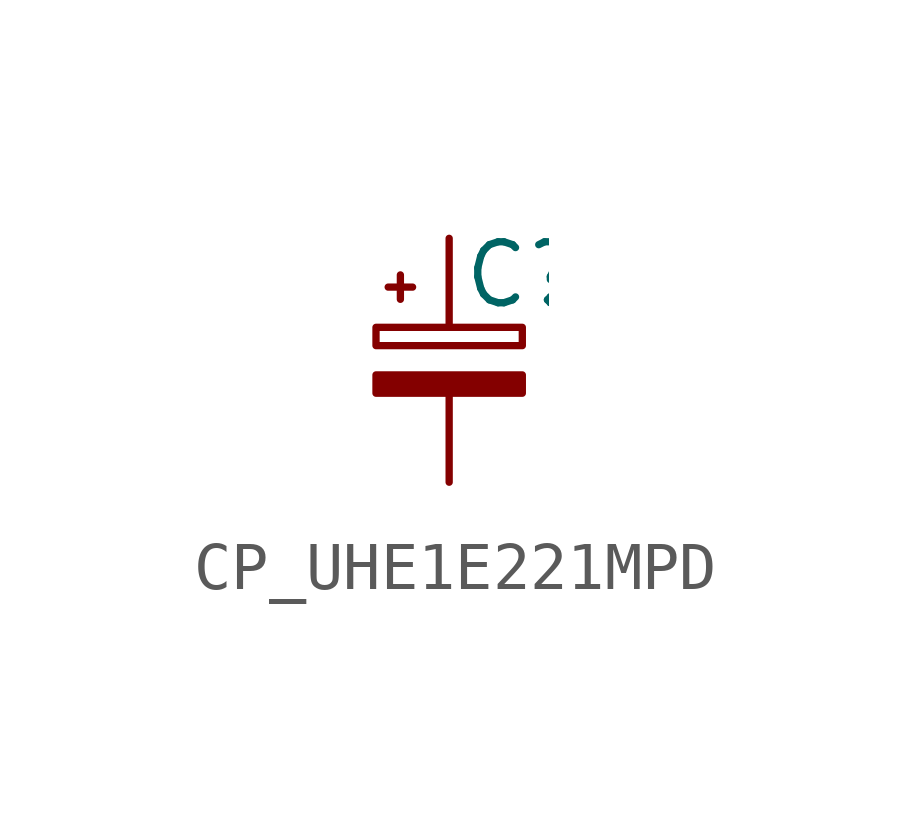
<source format=kicad_sym>
(kicad_symbol_lib
  (version 20220914)
  (generator kicad_symbol_editor)
  (symbol "CP_UHE1E221MPD"
    (pin_numbers hide)
    (pin_names
      (offset 0.254) hide)
    (property "Reference" "C"
      (at 0.254 1.778 0)
      (effects (font (size 1.27 1.27)) (justify left)))
    (symbol "CP_UHE1E221MPD_0_1"
      (rectangle (start -1.524 -0.305) (end 1.524 -0.686) (stroke (width 0) (type default)) (fill (type outline)))
      (rectangle (start -1.524 0.686) (end 1.524 0.305) (stroke (width 0) (type default)) (fill (type none)))
      (polyline (pts (xy -1.27 1.524) (xy -0.762 1.524)) (stroke (width 0) (type default)) (fill (type none)))
      (polyline (pts (xy -1.016 1.27) (xy -1.016 1.778)) (stroke (width 0) (type default)) (fill (type none))))
    (symbol "CP_UHE1E221MPD_1_1"
      (pin passive line (at 0 2.54 270) (length 1.854) (name "~" (effects (font (size 1.27 1.27)))) (number "1" (effects (font (size 1.27 1.27)))))
      (pin passive line (at 0 -2.54 90) (length 1.854) (name "~" (effects (font (size 1.27 1.27)))) (number "2" (effects (font (size 1.27 1.27))))))))
</source>
